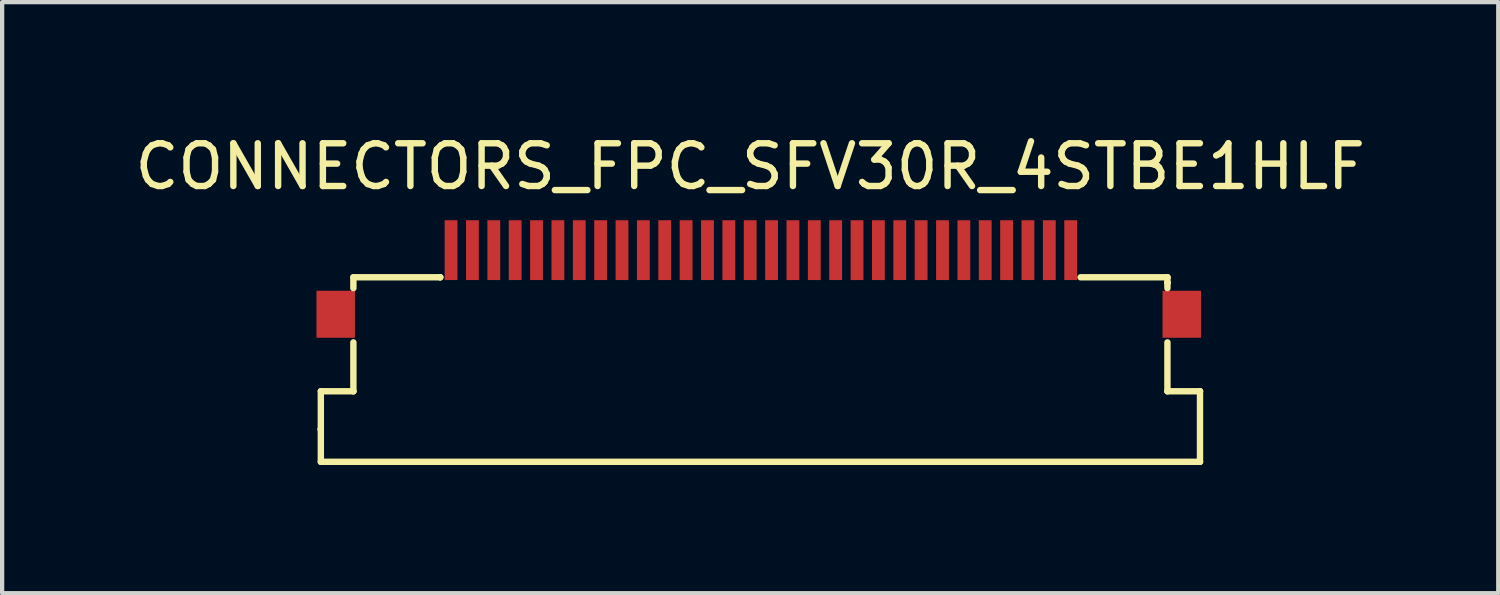
<source format=kicad_pcb>
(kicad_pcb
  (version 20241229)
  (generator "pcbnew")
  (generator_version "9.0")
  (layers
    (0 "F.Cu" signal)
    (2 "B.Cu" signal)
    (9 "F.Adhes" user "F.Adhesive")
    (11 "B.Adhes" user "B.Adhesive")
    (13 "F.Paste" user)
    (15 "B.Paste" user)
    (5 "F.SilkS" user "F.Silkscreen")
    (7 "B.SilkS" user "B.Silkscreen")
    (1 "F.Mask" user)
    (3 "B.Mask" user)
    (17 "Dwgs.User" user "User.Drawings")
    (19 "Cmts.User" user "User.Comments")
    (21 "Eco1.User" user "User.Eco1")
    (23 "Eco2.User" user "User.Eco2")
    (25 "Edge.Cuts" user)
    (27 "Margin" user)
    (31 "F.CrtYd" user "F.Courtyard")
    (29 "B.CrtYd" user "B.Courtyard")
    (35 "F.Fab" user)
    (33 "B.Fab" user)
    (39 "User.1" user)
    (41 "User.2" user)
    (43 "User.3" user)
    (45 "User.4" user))
  (footprint "CONNECTORS_FPC_SFV30R_4STBE1HLF"
    (layer "F.Cu")
    (at 14.491 5.598)
    (property "Reference" "CONNECTORS_FPC_SFV30R_4STBE1HLF" (at 0.015 -4.75 0) (layer "F.SilkS") (effects (font (size 1 1) (thickness 0.15))))
    (attr through_hole)
    (fp_line (start -10.033 0.508) (end -10.033 1.397) (stroke (width 0.15) (type solid)) (layer "F.SilkS"))
    (fp_line (start -10.033 1.397) (end -10.033 1.397) (stroke (width 0.15) (type solid)) (layer "F.SilkS"))
    (fp_line (start -10.033 1.397) (end -10.033 1.397) (stroke (width 0.15) (type solid)) (layer "F.SilkS"))
    (fp_line (start -10.033 2.159) (end -10.033 1.397) (stroke (width 0.15) (type solid)) (layer "F.SilkS"))
    (fp_line (start -10.033 2.159) (end 10.541 2.159) (stroke (width 0.15) (type solid)) (layer "F.SilkS"))
    (fp_line (start -9.271 -2.159) (end -7.239 -2.159) (stroke (width 0.15) (type solid)) (layer "F.SilkS"))
    (fp_line (start -9.271 -1.905) (end -9.271 -2.159) (stroke (width 0.15) (type solid)) (layer "F.SilkS"))
    (fp_line (start -9.271 -0.635) (end -9.271 0.508) (stroke (width 0.15) (type solid)) (layer "F.SilkS"))
    (fp_line (start -9.271 0.508) (end -10.033 0.508) (stroke (width 0.15) (type solid)) (layer "F.SilkS"))
    (fp_line (start -9.271 0.508) (end -9.271 0.508) (stroke (width 0.15) (type solid)) (layer "F.SilkS"))
    (fp_line (start -7.239 -2.159) (end -7.239 -2.159) (stroke (width 0.15) (type solid)) (layer "F.SilkS"))
    (fp_line (start -7.239 -2.159) (end -7.239 -2.159) (stroke (width 0.15) (type solid)) (layer "F.SilkS"))
    (fp_line (start 7.747 -2.159) (end 9.779 -2.159) (stroke (width 0.15) (type solid)) (layer "F.SilkS"))
    (fp_line (start 9.779 -2.159) (end 9.779 -2.159) (stroke (width 0.15) (type solid)) (layer "F.SilkS"))
    (fp_line (start 9.779 -2.159) (end 9.779 -2.032) (stroke (width 0.15) (type solid)) (layer "F.SilkS"))
    (fp_line (start 9.779 -2.032) (end 9.779 -2.032) (stroke (width 0.15) (type solid)) (layer "F.SilkS"))
    (fp_line (start 9.779 -2.032) (end 9.779 -2.032) (stroke (width 0.15) (type solid)) (layer "F.SilkS"))
    (fp_line (start 9.779 -1.905) (end 9.779 -2.032) (stroke (width 0.15) (type solid)) (layer "F.SilkS"))
    (fp_line (start 9.779 -0.635) (end 9.779 0.508) (stroke (width 0.15) (type solid)) (layer "F.SilkS"))
    (fp_line (start 9.779 0.508) (end 9.779 0.508) (stroke (width 0.15) (type solid)) (layer "F.SilkS"))
    (fp_line (start 9.779 0.508) (end 10.541 0.508) (stroke (width 0.15) (type solid)) (layer "F.SilkS"))
    (fp_line (start 10.541 0.508) (end 10.541 0.508) (stroke (width 0.15) (type solid)) (layer "F.SilkS"))
    (fp_line (start 10.541 0.508) (end 10.541 2.159) (stroke (width 0.15) (type solid)) (layer "F.SilkS"))
    (fp_line (start 10.541 2.159) (end 10.541 2.159) (stroke (width 0.15) (type solid)) (layer "F.SilkS"))
    (pad "" smd rect (at -9.685 -1.294) (size 0.9 1.1) (layers "F.Cu" "F.Mask" "F.Paste"))
    (pad "" smd rect (at 10.115 -1.294) (size 0.9 1.1) (layers "F.Cu" "F.Mask" "F.Paste"))
    (pad "1" smd rect (at 7.515 -2.794) (size 0.3 1.4) (layers "F.Cu" "F.Mask" "F.Paste"))
    (pad "2" smd rect (at 7.015 -2.794) (size 0.3 1.4) (layers "F.Cu" "F.Mask" "F.Paste"))
    (pad "3" smd rect (at 6.515 -2.794) (size 0.3 1.4) (layers "F.Cu" "F.Mask" "F.Paste"))
    (pad "4" smd rect (at 6.015 -2.794) (size 0.3 1.4) (layers "F.Cu" "F.Mask" "F.Paste"))
    (pad "5" smd rect (at 5.515 -2.794) (size 0.3 1.4) (layers "F.Cu" "F.Mask" "F.Paste"))
    (pad "6" smd rect (at 5.015 -2.794) (size 0.3 1.4) (layers "F.Cu" "F.Mask" "F.Paste"))
    (pad "7" smd rect (at 4.515 -2.794) (size 0.3 1.4) (layers "F.Cu" "F.Mask" "F.Paste"))
    (pad "8" smd rect (at 4.015 -2.794) (size 0.3 1.4) (layers "F.Cu" "F.Mask" "F.Paste"))
    (pad "9" smd rect (at 3.515 -2.794) (size 0.3 1.4) (layers "F.Cu" "F.Mask" "F.Paste"))
    (pad "10" smd rect (at 3.015 -2.794) (size 0.3 1.4) (layers "F.Cu" "F.Mask" "F.Paste"))
    (pad "11" smd rect (at 2.515 -2.794) (size 0.3 1.4) (layers "F.Cu" "F.Mask" "F.Paste"))
    (pad "12" smd rect (at 2.015 -2.794) (size 0.3 1.4) (layers "F.Cu" "F.Mask" "F.Paste"))
    (pad "13" smd rect (at 1.515 -2.794) (size 0.3 1.4) (layers "F.Cu" "F.Mask" "F.Paste"))
    (pad "14" smd rect (at 1.015 -2.794) (size 0.3 1.4) (layers "F.Cu" "F.Mask" "F.Paste"))
    (pad "15" smd rect (at 0.515 -2.794) (size 0.3 1.4) (layers "F.Cu" "F.Mask" "F.Paste"))
    (pad "16" smd rect (at 0.015 -2.794) (size 0.3 1.4) (layers "F.Cu" "F.Mask" "F.Paste"))
    (pad "17" smd rect (at -0.485 -2.794) (size 0.3 1.4) (layers "F.Cu" "F.Mask" "F.Paste"))
    (pad "18" smd rect (at -0.985 -2.794) (size 0.3 1.4) (layers "F.Cu" "F.Mask" "F.Paste"))
    (pad "19" smd rect (at -1.485 -2.794) (size 0.3 1.4) (layers "F.Cu" "F.Mask" "F.Paste"))
    (pad "20" smd rect (at -1.985 -2.794) (size 0.3 1.4) (layers "F.Cu" "F.Mask" "F.Paste"))
    (pad "21" smd rect (at -2.485 -2.794) (size 0.3 1.4) (layers "F.Cu" "F.Mask" "F.Paste"))
    (pad "22" smd rect (at -2.985 -2.794) (size 0.3 1.4) (layers "F.Cu" "F.Mask" "F.Paste"))
    (pad "23" smd rect (at -3.485 -2.794) (size 0.3 1.4) (layers "F.Cu" "F.Mask" "F.Paste"))
    (pad "24" smd rect (at -3.985 -2.794) (size 0.3 1.4) (layers "F.Cu" "F.Mask" "F.Paste"))
    (pad "25" smd rect (at -4.485 -2.794) (size 0.3 1.4) (layers "F.Cu" "F.Mask" "F.Paste"))
    (pad "26" smd rect (at -4.985 -2.794) (size 0.3 1.4) (layers "F.Cu" "F.Mask" "F.Paste"))
    (pad "27" smd rect (at -5.485 -2.794) (size 0.3 1.4) (layers "F.Cu" "F.Mask" "F.Paste"))
    (pad "28" smd rect (at -5.985 -2.794) (size 0.3 1.4) (layers "F.Cu" "F.Mask" "F.Paste"))
    (pad "29" smd rect (at -6.485 -2.794) (size 0.3 1.4) (layers "F.Cu" "F.Mask" "F.Paste"))
    (pad "30" smd rect (at -6.985 -2.794) (size 0.3 1.4) (layers "F.Cu" "F.Mask" "F.Paste")))
  (gr_rect
    (start -3 -3)
    (end 32.012 10.832)
    (stroke (width 0.1) (type default))
    (fill no)
    (layer "Edge.Cuts")))
</source>
